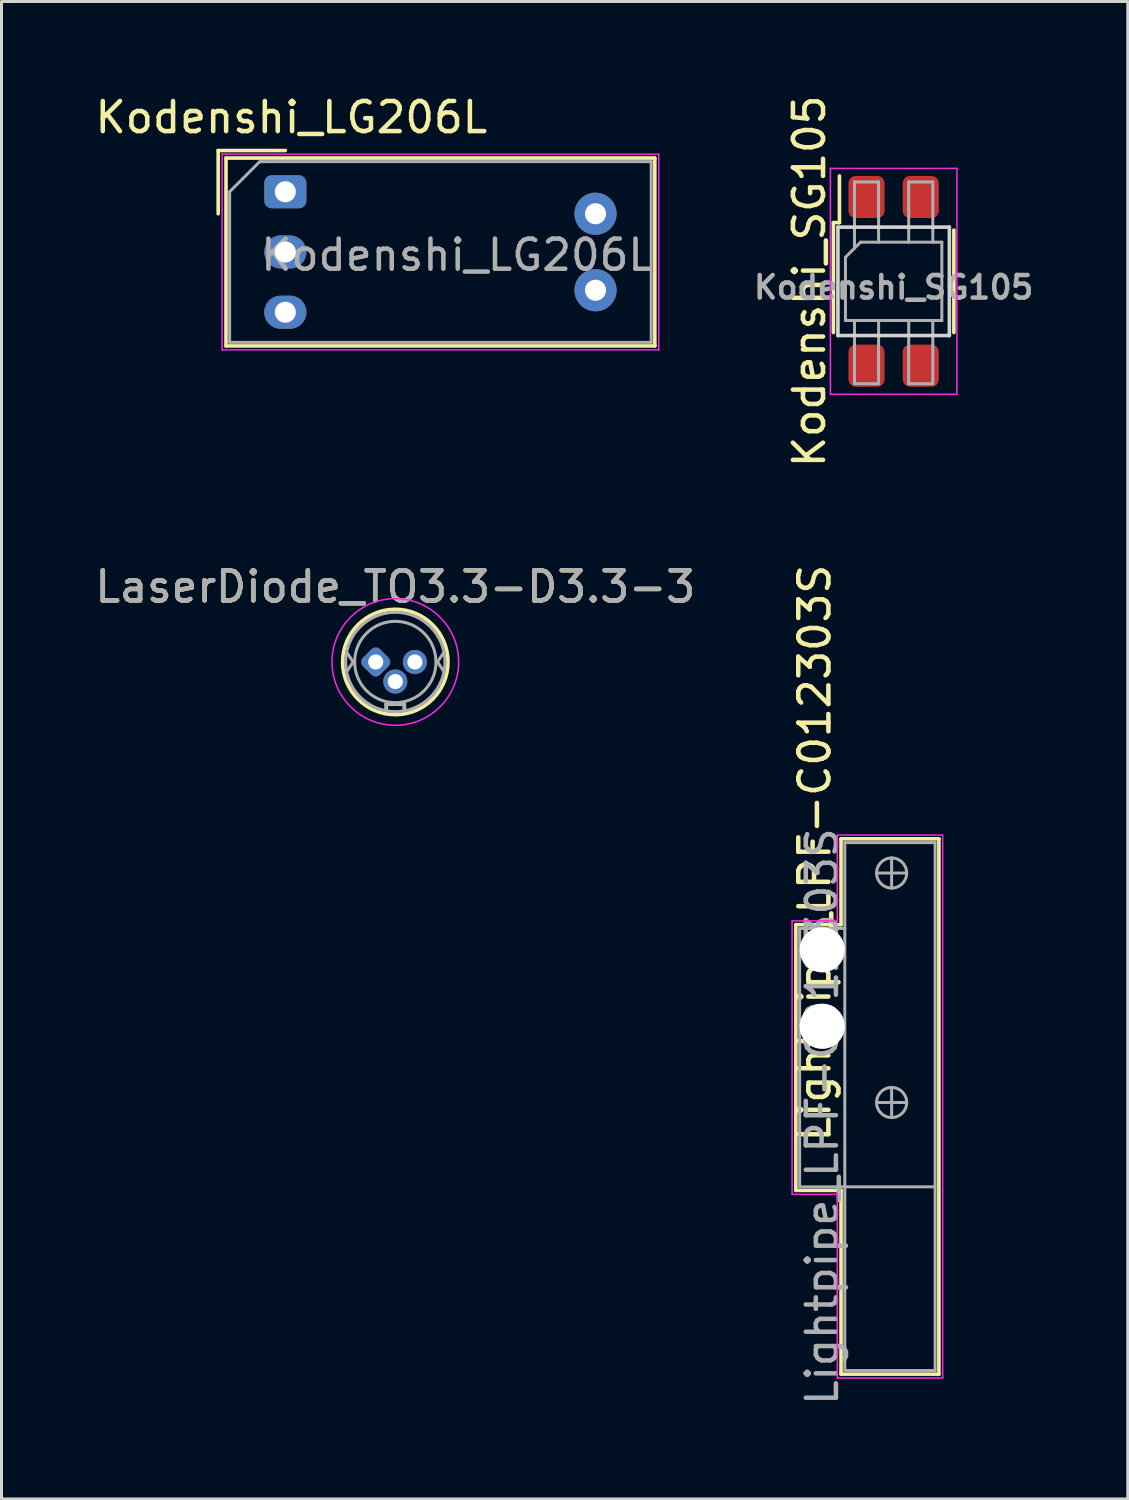
<source format=kicad_pcb>
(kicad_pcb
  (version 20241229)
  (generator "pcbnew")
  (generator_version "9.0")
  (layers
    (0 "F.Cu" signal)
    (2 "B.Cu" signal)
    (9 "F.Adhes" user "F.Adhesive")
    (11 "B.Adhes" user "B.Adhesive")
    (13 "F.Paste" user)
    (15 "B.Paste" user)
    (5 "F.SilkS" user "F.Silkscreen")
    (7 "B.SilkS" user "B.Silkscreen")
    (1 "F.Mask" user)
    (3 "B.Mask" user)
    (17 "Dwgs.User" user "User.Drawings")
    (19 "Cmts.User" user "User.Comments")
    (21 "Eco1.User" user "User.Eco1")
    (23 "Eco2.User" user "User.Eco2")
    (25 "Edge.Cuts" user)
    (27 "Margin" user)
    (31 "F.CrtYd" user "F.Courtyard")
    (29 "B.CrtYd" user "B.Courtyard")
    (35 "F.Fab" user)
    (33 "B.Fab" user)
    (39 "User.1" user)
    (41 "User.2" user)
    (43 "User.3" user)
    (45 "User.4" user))
  (footprint "Lightpipe_LPF-C012303S"
    (layer "F.Cu")
    (at 24.253 31.03)
    (property "Reference" "Lightpipe_LPF-C012303S" (at -0.25 -5.75 270) (layer "F.SilkS") (effects (font (size 1 1) (thickness 0.15))))
    (attr through_hole)
    (fp_line (start -0.875 -3.375) (end -0.875 5.45) (stroke (width 0.12) (type solid)) (layer "F.SilkS"))
    (fp_line (start -0.875 5.45) (end 0.625 5.45) (stroke (width 0.12) (type solid)) (layer "F.SilkS"))
    (fp_line (start 0.625 -6.225) (end 0.625 -3.375) (stroke (width 0.12) (type solid)) (layer "F.SilkS"))
    (fp_line (start 0.625 -3.375) (end -0.875 -3.375) (stroke (width 0.12) (type solid)) (layer "F.SilkS"))
    (fp_line (start 0.625 5.45) (end 0.625 11.55) (stroke (width 0.12) (type solid)) (layer "F.SilkS"))
    (fp_line (start 0.625 11.55) (end 3.875 11.55) (stroke (width 0.12) (type solid)) (layer "F.SilkS"))
    (fp_line (start 3.875 -6.225) (end 0.625 -6.225) (stroke (width 0.12) (type solid)) (layer "F.SilkS"))
    (fp_line (start 3.875 11.55) (end 3.875 -6.225) (stroke (width 0.12) (type solid)) (layer "F.SilkS"))
    (fp_line (start -1 -3.5) (end -1 5.58) (stroke (width 0.05) (type solid)) (layer "F.CrtYd"))
    (fp_line (start -1 5.58) (end 0.5 5.58) (stroke (width 0.05) (type solid)) (layer "F.CrtYd"))
    (fp_line (start 0.5 -6.35) (end 0.5 -3.5) (stroke (width 0.05) (type solid)) (layer "F.CrtYd"))
    (fp_line (start 0.5 -3.5) (end -1 -3.5) (stroke (width 0.05) (type solid)) (layer "F.CrtYd"))
    (fp_line (start 0.5 5.58) (end 0.5 11.68) (stroke (width 0.05) (type solid)) (layer "F.CrtYd"))
    (fp_line (start 0.5 11.68) (end 4 11.68) (stroke (width 0.05) (type solid)) (layer "F.CrtYd"))
    (fp_line (start 4 -6.35) (end 0.5 -6.35) (stroke (width 0.05) (type solid)) (layer "F.CrtYd"))
    (fp_line (start 4 11.68) (end 4 -6.35) (stroke (width 0.05) (type solid)) (layer "F.CrtYd"))
    (fp_line (start -0.75 -3.25) (end -0.75 5.33) (stroke (width 0.1) (type solid)) (layer "F.Fab"))
    (fp_line (start -0.75 -3.25) (end 0.75 -3.25) (stroke (width 0.1) (type solid)) (layer "F.Fab"))
    (fp_line (start -0.75 5.33) (end 3.75 5.33) (stroke (width 0.1) (type solid)) (layer "F.Fab"))
    (fp_line (start 0.75 -6.1) (end 0.75 11.43) (stroke (width 0.1) (type solid)) (layer "F.Fab"))
    (fp_line (start 0.75 -6.1) (end 3.75 -6.1) (stroke (width 0.1) (type solid)) (layer "F.Fab"))
    (fp_line (start 0.75 11.43) (end 3.75 11.43) (stroke (width 0.1) (type solid)) (layer "F.Fab"))
    (fp_line (start 1.805 -5.09) (end 2.805 -5.09) (stroke (width 0.1) (type solid)) (layer "F.Fab"))
    (fp_line (start 1.805 2.53) (end 2.805 2.53) (stroke (width 0.1) (type solid)) (layer "F.Fab"))
    (fp_line (start 2.305 -4.59) (end 2.305 -5.59) (stroke (width 0.1) (type solid)) (layer "F.Fab"))
    (fp_line (start 2.305 3.03) (end 2.305 2.03) (stroke (width 0.1) (type solid)) (layer "F.Fab"))
    (fp_line (start 3.75 -6.1) (end 3.75 11.43) (stroke (width 0.1) (type solid)) (layer "F.Fab"))
    (fp_circle (center 2.305 -5.09) (end 2.805 -5.09) (stroke (width 0.1) (type solid)) (fill no) (layer "F.Fab"))
    (fp_circle (center 2.305 2.53) (end 2.805 2.53) (stroke (width 0.1) (type solid)) (fill no) (layer "F.Fab"))
    (fp_text user "${REFERENCE}" (at 0 3 90) (layer "F.Fab") (effects (font (size 1 1) (thickness 0.15))))
    (pad "" np_thru_hole circle (at 0 -2.54) (size 1.5 1.5) (drill 1.5) (layers "*.Cu" "*.Mask"))
    (pad "" np_thru_hole circle (at 0 0) (size 1.5 1.5) (drill 1.5) (layers "*.Cu" "*.Mask")))
  (footprint "LaserDiode_TO3.3-D3.3-3"
    (layer "F.Cu")
    (at 9.427 18.932)
    (property "Reference" "LaserDiode_TO3.3-D3.3-3" (at 0.65 -2.5 0) (layer "F.SilkS") (effects (font (size 1 1) (thickness 0.15))))
    (attr through_hole)
    (fp_line (start 0.35 1.4) (end 0.35 1.7) (stroke (width 0.12) (type solid)) (layer "F.SilkS"))
    (fp_line (start 0.95 1.4) (end 0.35 1.4) (stroke (width 0.12) (type solid)) (layer "F.SilkS"))
    (fp_line (start 0.95 1.7) (end 0.95 1.4) (stroke (width 0.12) (type solid)) (layer "F.SilkS"))
    (fp_circle (center 0.65 0) (end -1.1 0) (stroke (width 0.12) (type solid)) (fill no) (layer "F.SilkS"))
    (fp_circle (center 0.65 0) (end 2.5 1) (stroke (width 0.05) (type solid)) (fill no) (layer "F.CrtYd"))
    (fp_line (start -0.95 -0.3) (end -0.75 0) (stroke (width 0.1) (type solid)) (layer "F.Fab"))
    (fp_line (start -0.75 0) (end -0.95 0.3) (stroke (width 0.1) (type solid)) (layer "F.Fab"))
    (fp_line (start 0.35 1.4) (end 0.95 1.4) (stroke (width 0.1) (type solid)) (layer "F.Fab"))
    (fp_line (start 0.35 1.6) (end 0.35 1.4) (stroke (width 0.1) (type solid)) (layer "F.Fab"))
    (fp_line (start 0.95 1.4) (end 0.95 1.6) (stroke (width 0.1) (type solid)) (layer "F.Fab"))
    (fp_line (start 2.05 0) (end 2.25 0.3) (stroke (width 0.1) (type solid)) (layer "F.Fab"))
    (fp_line (start 2.25 -0.3) (end 2.05 0) (stroke (width 0.1) (type solid)) (layer "F.Fab"))
    (fp_circle (center 0.65 0) (end -1 0) (stroke (width 0.1) (type solid)) (fill no) (layer "F.Fab"))
    (fp_circle (center 0.65 0) (end 2 0) (stroke (width 0.1) (type solid)) (fill no) (layer "F.Fab"))
    (fp_text user "${REFERENCE}" (at 0.65 -2.5 0) (layer "F.Fab") (effects (font (size 1 1) (thickness 0.15))))
    (pad "1" thru_hole roundrect (at 0 0 45) (size 0.8 0.8) (drill 0.5) (layers "*.Cu" "*.Mask") (roundrect_rratio 0.25))
    (pad "2" thru_hole circle (at 0.65 0.65) (size 0.8 0.8) (drill 0.5) (layers "*.Cu" "*.Mask"))
    (pad "3" thru_hole circle (at 1.3 0) (size 0.8 0.8) (drill 0.5) (layers "*.Cu" "*.Mask")))
  (footprint "Kodenshi_SG105"
    (layer "F.Cu")
    (at 26.625 6.292)
    (property "Reference" "Kodenshi_SG105" (at -2.8 0 90) (layer "F.SilkS") (effects (font (size 1 1) (thickness 0.15))))
    (attr smd)
    (fp_line (start -2 -1.95) (end -1.8 -1.95) (stroke (width 0.12) (type solid)) (layer "F.SilkS"))
    (fp_line (start -2 1.7) (end -2 -1.95) (stroke (width 0.12) (type solid)) (layer "F.SilkS"))
    (fp_line (start -1.8 -1.95) (end -1.8 -3.5) (stroke (width 0.12) (type solid)) (layer "F.SilkS"))
    (fp_line (start 2 1.7) (end 2 -1.7) (stroke (width 0.12) (type solid)) (layer "F.SilkS"))
    (fp_line (start -1.85 -1.8) (end 1.85 -1.8) (stroke (width 0.12) (type solid)) (layer "Edge.Cuts"))
    (fp_line (start -1.85 1.8) (end -1.85 -1.8) (stroke (width 0.12) (type solid)) (layer "Edge.Cuts"))
    (fp_line (start 1.85 -1.8) (end 1.85 1.8) (stroke (width 0.12) (type solid)) (layer "Edge.Cuts"))
    (fp_line (start 1.85 1.8) (end -1.85 1.8) (stroke (width 0.12) (type solid)) (layer "Edge.Cuts"))
    (fp_line (start -2.1 -3.75) (end -2.1 3.75) (stroke (width 0.05) (type solid)) (layer "F.CrtYd"))
    (fp_line (start -2.1 -3.75) (end 2.1 -3.75) (stroke (width 0.05) (type solid)) (layer "F.CrtYd"))
    (fp_line (start 2.1 3.75) (end -2.1 3.75) (stroke (width 0.05) (type solid)) (layer "F.CrtYd"))
    (fp_line (start 2.1 3.75) (end 2.1 -3.75) (stroke (width 0.05) (type solid)) (layer "F.CrtYd"))
    (fp_line (start -1.6 -0.8) (end -1.1 -1.3) (stroke (width 0.1) (type solid)) (layer "F.Fab"))
    (fp_line (start -1.6 1.3) (end -1.6 -0.8) (stroke (width 0.1) (type solid)) (layer "F.Fab"))
    (fp_line (start -1.3 -3.3) (end -1.3 -1.1) (stroke (width 0.1) (type solid)) (layer "F.Fab"))
    (fp_line (start -1.3 -3.3) (end -0.5 -3.3) (stroke (width 0.1) (type solid)) (layer "F.Fab"))
    (fp_line (start -1.3 3.4) (end -1.3 1.3) (stroke (width 0.1) (type solid)) (layer "F.Fab"))
    (fp_line (start -1.1 -1.3) (end 1.6 -1.3) (stroke (width 0.1) (type solid)) (layer "F.Fab"))
    (fp_line (start -0.5 -3.3) (end -0.5 -1.3) (stroke (width 0.1) (type solid)) (layer "F.Fab"))
    (fp_line (start -0.5 1.3) (end -0.5 3.4) (stroke (width 0.1) (type solid)) (layer "F.Fab"))
    (fp_line (start -0.5 3.4) (end -1.3 3.4) (stroke (width 0.1) (type solid)) (layer "F.Fab"))
    (fp_line (start 0.5 -3.3) (end 1.3 -3.3) (stroke (width 0.1) (type solid)) (layer "F.Fab"))
    (fp_line (start 0.5 -1.3) (end 0.5 -3.3) (stroke (width 0.1) (type solid)) (layer "F.Fab"))
    (fp_line (start 0.5 1.3) (end 0.5 3.4) (stroke (width 0.1) (type solid)) (layer "F.Fab"))
    (fp_line (start 0.5 3.4) (end 1.3 3.4) (stroke (width 0.1) (type solid)) (layer "F.Fab"))
    (fp_line (start 1.3 -3.3) (end 1.3 -1.3) (stroke (width 0.1) (type solid)) (layer "F.Fab"))
    (fp_line (start 1.3 3.4) (end 1.3 1.3) (stroke (width 0.1) (type solid)) (layer "F.Fab"))
    (fp_line (start 1.6 -1.3) (end 1.6 1.3) (stroke (width 0.1) (type solid)) (layer "F.Fab"))
    (fp_line (start 1.6 1.3) (end -1.6 1.3) (stroke (width 0.1) (type solid)) (layer "F.Fab"))
    (fp_text user "${REFERENCE}" (at 0 0.2 0) (layer "F.Fab") (effects (font (size 0.75 0.75) (thickness 0.15))))
    (pad "1" smd roundrect (at -0.9 -2.8) (size 1.2 1.4) (layers "F.Cu" "F.Mask" "F.Paste") (roundrect_rratio 0.2))
    (pad "2" smd roundrect (at -0.9 2.8) (size 1.2 1.4) (layers "F.Cu" "F.Mask" "F.Paste") (roundrect_rratio 0.2))
    (pad "3" smd roundrect (at 0.9 2.8) (size 1.2 1.4) (layers "F.Cu" "F.Mask" "F.Paste") (roundrect_rratio 0.2))
    (pad "4" smd roundrect (at 0.9 -2.8) (size 1.2 1.4) (layers "F.Cu" "F.Mask" "F.Paste") (roundrect_rratio 0.2)))
  (footprint "Kodenshi_LG206L"
    (layer "F.Cu")
    (at 6.425 3.318)
    (property "Reference" "Kodenshi_LG206L" (at 0.2 -2.47 0) (layer "F.SilkS") (effects (font (size 1 1) (thickness 0.15))))
    (attr through_hole)
    (fp_line (start -2.23 -1.37) (end 0 -1.37) (stroke (width 0.12) (type solid)) (layer "F.SilkS"))
    (fp_line (start -2.23 0.73) (end -2.23 -1.37) (stroke (width 0.12) (type solid)) (layer "F.SilkS"))
    (fp_line (start -1.97 -1.12) (end 12.27 -1.12) (stroke (width 0.12) (type solid)) (layer "F.SilkS"))
    (fp_line (start -1.97 5.12) (end -1.97 -1.12) (stroke (width 0.12) (type solid)) (layer "F.SilkS"))
    (fp_line (start 12.27 -1.12) (end 12.27 5.12) (stroke (width 0.12) (type solid)) (layer "F.SilkS"))
    (fp_line (start 12.27 5.12) (end -1.97 5.12) (stroke (width 0.12) (type solid)) (layer "F.SilkS"))
    (fp_line (start -2.1 -1.25) (end 12.4 -1.25) (stroke (width 0.05) (type solid)) (layer "F.CrtYd"))
    (fp_line (start -2.1 5.25) (end -2.1 -1.25) (stroke (width 0.05) (type solid)) (layer "F.CrtYd"))
    (fp_line (start 12.4 -1.25) (end 12.4 5.25) (stroke (width 0.05) (type solid)) (layer "F.CrtYd"))
    (fp_line (start 12.4 5.25) (end -2.1 5.25) (stroke (width 0.05) (type solid)) (layer "F.CrtYd"))
    (fp_line (start -1.85 0) (end -0.85 -1) (stroke (width 0.1) (type solid)) (layer "F.Fab"))
    (fp_line (start -1.85 5) (end -1.85 0) (stroke (width 0.1) (type solid)) (layer "F.Fab"))
    (fp_line (start -1.85 5) (end 12.15 5) (stroke (width 0.1) (type solid)) (layer "F.Fab"))
    (fp_line (start -0.85 -1) (end 12.15 -1) (stroke (width 0.1) (type solid)) (layer "F.Fab"))
    (fp_line (start 12.15 -1) (end 12.15 5) (stroke (width 0.1) (type solid)) (layer "F.Fab"))
    (fp_text user "${REFERENCE}" (at 5.7 2.1 0) (layer "F.Fab") (effects (font (size 1 1) (thickness 0.15))))
    (pad "1" thru_hole roundrect (at 0 0) (size 1.4 1.1) (drill 0.7) (layers "*.Cu" "*.Mask") (roundrect_rratio 0.227))
    (pad "2" thru_hole oval (at 0 2) (size 1.4 1.1) (drill 0.7) (layers "*.Cu" "*.Mask"))
    (pad "3" thru_hole oval (at 0 4) (size 1.4 1.1) (drill 0.7) (layers "*.Cu" "*.Mask"))
    (pad "4" thru_hole circle (at 10.3 3.27) (size 1.4 1.4) (drill 0.7) (layers "*.Cu" "*.Mask"))
    (pad "5" thru_hole circle (at 10.3 0.73) (size 1.4 1.4) (drill 0.7) (layers "*.Cu" "*.Mask")))
  (gr_rect
    (start -3 -3)
    (end 34.4 46.726)
    (stroke (width 0.1) (type default))
    (fill no)
    (layer "Edge.Cuts")))
</source>
